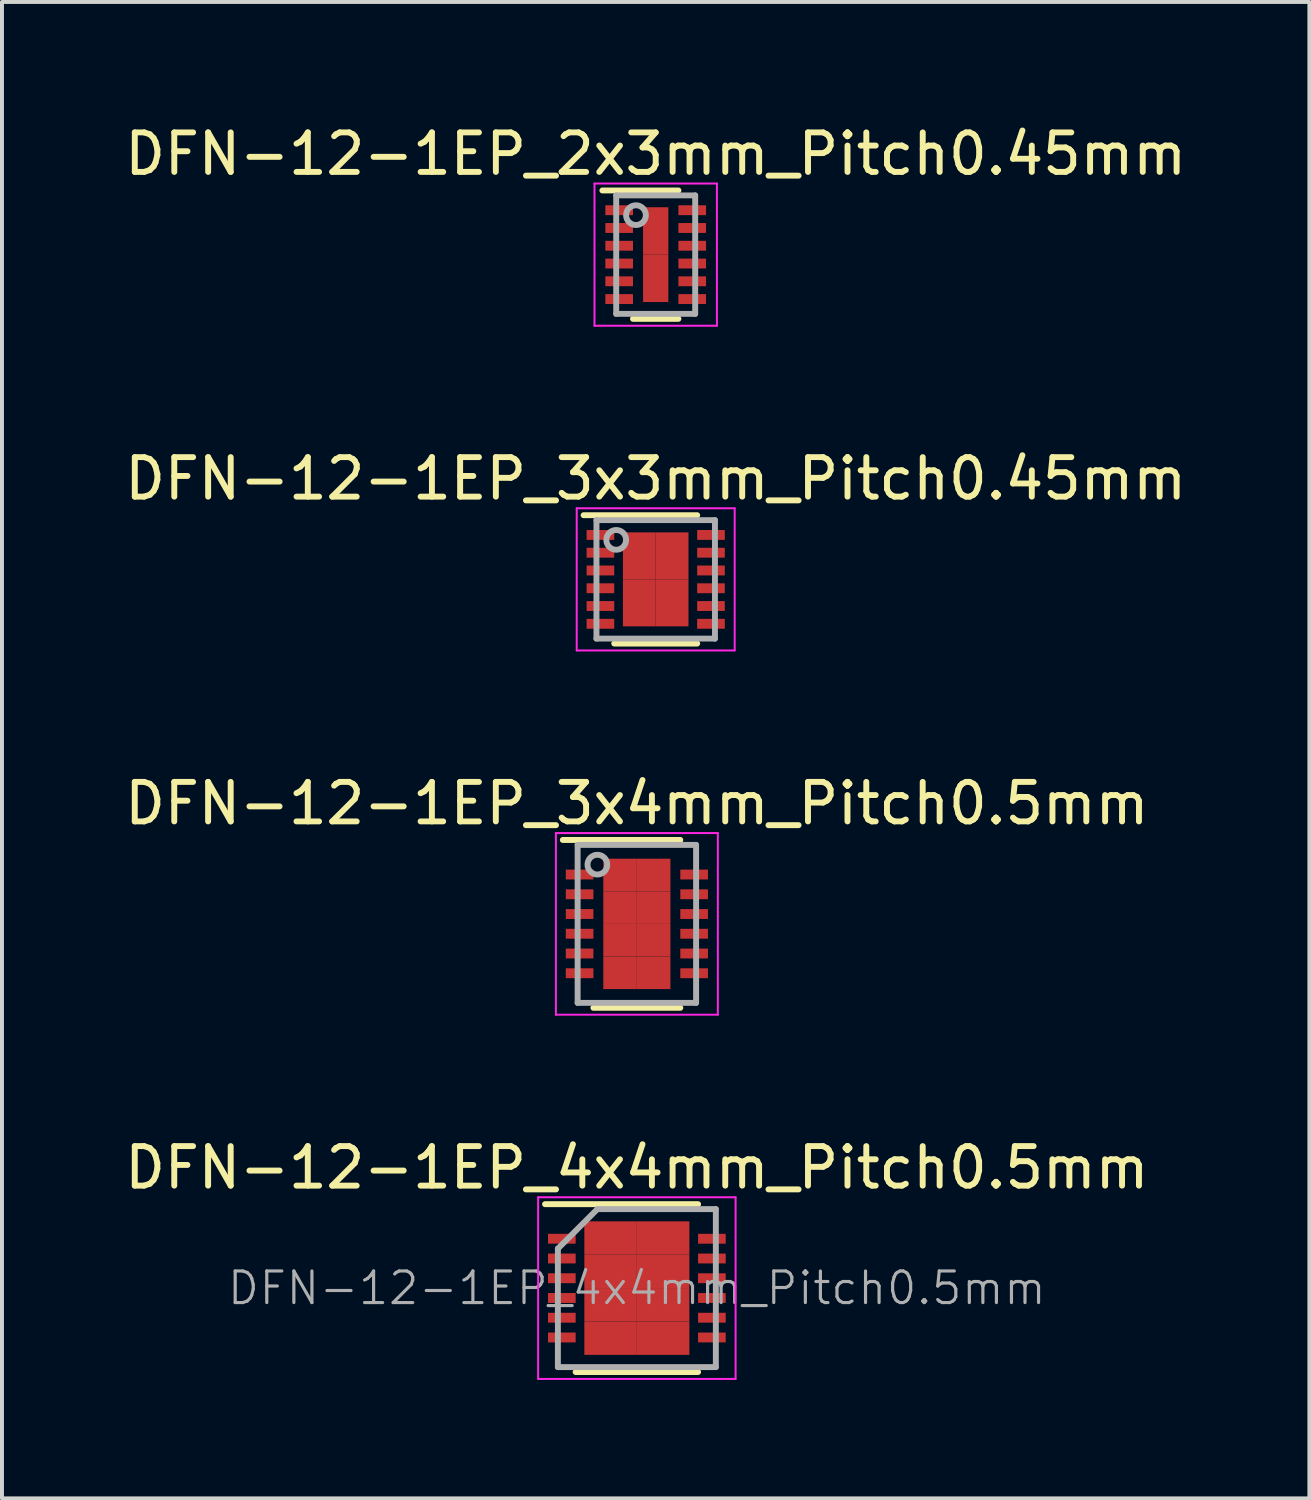
<source format=kicad_pcb>
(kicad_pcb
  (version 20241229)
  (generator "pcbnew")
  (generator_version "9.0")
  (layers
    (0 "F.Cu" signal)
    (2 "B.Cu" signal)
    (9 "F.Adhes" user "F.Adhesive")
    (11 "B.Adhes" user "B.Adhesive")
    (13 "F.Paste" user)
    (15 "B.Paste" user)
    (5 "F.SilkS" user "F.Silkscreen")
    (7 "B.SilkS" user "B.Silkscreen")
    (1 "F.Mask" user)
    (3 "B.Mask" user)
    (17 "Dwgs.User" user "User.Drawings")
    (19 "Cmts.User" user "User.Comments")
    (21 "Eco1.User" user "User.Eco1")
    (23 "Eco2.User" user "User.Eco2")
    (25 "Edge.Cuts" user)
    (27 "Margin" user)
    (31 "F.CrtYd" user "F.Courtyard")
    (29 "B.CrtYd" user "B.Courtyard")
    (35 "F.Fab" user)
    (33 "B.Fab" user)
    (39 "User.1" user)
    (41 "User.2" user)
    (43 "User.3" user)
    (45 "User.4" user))
  (footprint "DFN-12-1EP_3x3mm_Pitch0.45mm"
    (layer "F.Cu")
    (at 13.554 11.621)
    (property "Reference" "DFN-12-1EP_3x3mm_Pitch0.45mm" (at 0 -2.55 0) (layer "F.SilkS") (effects (font (size 1 1) (thickness 0.15))))
    (attr smd)
    (fp_line (start -1.825 -1.625) (end 1.05 -1.625) (stroke (width 0.15) (type solid)) (layer "F.SilkS"))
    (fp_line (start -1.05 1.625) (end 1.05 1.625) (stroke (width 0.15) (type solid)) (layer "F.SilkS"))
    (fp_line (start -2 -1.8) (end -2 1.8) (stroke (width 0.05) (type solid)) (layer "F.CrtYd"))
    (fp_line (start -2 -1.8) (end 2 -1.8) (stroke (width 0.05) (type solid)) (layer "F.CrtYd"))
    (fp_line (start -2 1.8) (end 2 1.8) (stroke (width 0.05) (type solid)) (layer "F.CrtYd"))
    (fp_line (start 2 -1.8) (end 2 1.8) (stroke (width 0.05) (type solid)) (layer "F.CrtYd"))
    (fp_line (start -1.5 -1.5) (end 1.5 -1.5) (stroke (width 0.15) (type solid)) (layer "F.Fab"))
    (fp_line (start -1.5 1.5) (end -1.5 -1.5) (stroke (width 0.15) (type solid)) (layer "F.Fab"))
    (fp_line (start 1.5 -1.5) (end 1.5 1.5) (stroke (width 0.15) (type solid)) (layer "F.Fab"))
    (fp_line (start 1.5 1.5) (end -1.5 1.5) (stroke (width 0.15) (type solid)) (layer "F.Fab"))
    (fp_circle (center -1 -1) (end -1.25 -1) (stroke (width 0.15) (type solid)) (fill no) (layer "F.Fab"))
    (pad "1" smd rect (at -1.4 -1.125) (size 0.7 0.25) (layers "F.Cu" "F.Mask" "F.Paste"))
    (pad "2" smd rect (at -1.4 -0.675) (size 0.7 0.25) (layers "F.Cu" "F.Mask" "F.Paste"))
    (pad "3" smd rect (at -1.4 -0.225) (size 0.7 0.25) (layers "F.Cu" "F.Mask" "F.Paste"))
    (pad "4" smd rect (at -1.4 0.225) (size 0.7 0.25) (layers "F.Cu" "F.Mask" "F.Paste"))
    (pad "5" smd rect (at -1.4 0.675) (size 0.7 0.25) (layers "F.Cu" "F.Mask" "F.Paste"))
    (pad "6" smd rect (at -1.4 1.125) (size 0.7 0.25) (layers "F.Cu" "F.Mask" "F.Paste"))
    (pad "7" smd rect (at 1.4 1.125) (size 0.7 0.25) (layers "F.Cu" "F.Mask" "F.Paste"))
    (pad "8" smd rect (at 1.4 0.675) (size 0.7 0.25) (layers "F.Cu" "F.Mask" "F.Paste"))
    (pad "9" smd rect (at 1.4 0.225) (size 0.7 0.25) (layers "F.Cu" "F.Mask" "F.Paste"))
    (pad "10" smd rect (at 1.4 -0.225) (size 0.7 0.25) (layers "F.Cu" "F.Mask" "F.Paste"))
    (pad "11" smd rect (at 1.4 -0.675) (size 0.7 0.25) (layers "F.Cu" "F.Mask" "F.Paste"))
    (pad "12" smd rect (at 1.4 -1.125) (size 0.7 0.25) (layers "F.Cu" "F.Mask" "F.Paste"))
    (pad "13" smd rect (at -0.415 -0.595) (size 0.83 1.19) (layers "F.Cu" "F.Mask" "F.Paste"))
    (pad "13" smd rect (at -0.415 0.595) (size 0.83 1.19) (layers "F.Cu" "F.Mask" "F.Paste"))
    (pad "13" smd rect (at 0.415 -0.595) (size 0.83 1.19) (layers "F.Cu" "F.Mask" "F.Paste"))
    (pad "13" smd rect (at 0.415 0.595) (size 0.83 1.19) (layers "F.Cu" "F.Mask" "F.Paste")))
  (footprint "DFN-12-1EP_3x4mm_Pitch0.5mm"
    (layer "F.Cu")
    (at 13.077 20.345)
    (property "Reference" "DFN-12-1EP_3x4mm_Pitch0.5mm" (at 0 -3.05 0) (layer "F.SilkS") (effects (font (size 1 1) (thickness 0.15))))
    (attr smd)
    (fp_line (start -1.875 -2.125) (end 1.1 -2.125) (stroke (width 0.15) (type solid)) (layer "F.SilkS"))
    (fp_line (start -1.1 2.125) (end 1.1 2.125) (stroke (width 0.15) (type solid)) (layer "F.SilkS"))
    (fp_line (start -2.05 -2.3) (end -2.05 2.3) (stroke (width 0.05) (type solid)) (layer "F.CrtYd"))
    (fp_line (start -2.05 -2.3) (end 2.05 -2.3) (stroke (width 0.05) (type solid)) (layer "F.CrtYd"))
    (fp_line (start -2.05 2.3) (end 2.05 2.3) (stroke (width 0.05) (type solid)) (layer "F.CrtYd"))
    (fp_line (start 2.05 -2.3) (end 2.05 2.3) (stroke (width 0.05) (type solid)) (layer "F.CrtYd"))
    (fp_line (start -1.5 -2) (end 1.5 -2) (stroke (width 0.15) (type solid)) (layer "F.Fab"))
    (fp_line (start -1.5 2) (end -1.5 -2) (stroke (width 0.15) (type solid)) (layer "F.Fab"))
    (fp_line (start 1.5 -2) (end 1.5 2) (stroke (width 0.15) (type solid)) (layer "F.Fab"))
    (fp_line (start 1.5 2) (end -1.5 2) (stroke (width 0.15) (type solid)) (layer "F.Fab"))
    (fp_circle (center -1 -1.5) (end -1.25 -1.5) (stroke (width 0.15) (type solid)) (fill no) (layer "F.Fab"))
    (pad "1" smd rect (at -1.45 -1.25) (size 0.7 0.25) (layers "F.Cu" "F.Mask" "F.Paste"))
    (pad "2" smd rect (at -1.45 -0.75) (size 0.7 0.25) (layers "F.Cu" "F.Mask" "F.Paste"))
    (pad "3" smd rect (at -1.45 -0.25) (size 0.7 0.25) (layers "F.Cu" "F.Mask" "F.Paste"))
    (pad "4" smd rect (at -1.45 0.25) (size 0.7 0.25) (layers "F.Cu" "F.Mask" "F.Paste"))
    (pad "5" smd rect (at -1.45 0.75) (size 0.7 0.25) (layers "F.Cu" "F.Mask" "F.Paste"))
    (pad "6" smd rect (at -1.45 1.25) (size 0.7 0.25) (layers "F.Cu" "F.Mask" "F.Paste"))
    (pad "7" smd rect (at 1.45 1.25) (size 0.7 0.25) (layers "F.Cu" "F.Mask" "F.Paste"))
    (pad "8" smd rect (at 1.45 0.75) (size 0.7 0.25) (layers "F.Cu" "F.Mask" "F.Paste"))
    (pad "9" smd rect (at 1.45 0.25) (size 0.7 0.25) (layers "F.Cu" "F.Mask" "F.Paste"))
    (pad "10" smd rect (at 1.45 -0.25) (size 0.7 0.25) (layers "F.Cu" "F.Mask" "F.Paste"))
    (pad "11" smd rect (at 1.45 -0.75) (size 0.7 0.25) (layers "F.Cu" "F.Mask" "F.Paste"))
    (pad "12" smd rect (at 1.45 -1.25) (size 0.7 0.25) (layers "F.Cu" "F.Mask" "F.Paste"))
    (pad "13" smd rect (at -0.425 -1.238) (size 0.85 0.825) (layers "F.Cu" "F.Mask" "F.Paste"))
    (pad "13" smd rect (at -0.425 -0.412) (size 0.85 0.825) (layers "F.Cu" "F.Mask" "F.Paste"))
    (pad "13" smd rect (at -0.425 0.412) (size 0.85 0.825) (layers "F.Cu" "F.Mask" "F.Paste"))
    (pad "13" smd rect (at -0.425 1.238) (size 0.85 0.825) (layers "F.Cu" "F.Mask" "F.Paste"))
    (pad "13" smd rect (at 0.425 -1.238) (size 0.85 0.825) (layers "F.Cu" "F.Mask" "F.Paste"))
    (pad "13" smd rect (at 0.425 -0.412) (size 0.85 0.825) (layers "F.Cu" "F.Mask" "F.Paste"))
    (pad "13" smd rect (at 0.425 0.412) (size 0.85 0.825) (layers "F.Cu" "F.Mask" "F.Paste"))
    (pad "13" smd rect (at 0.425 1.238) (size 0.85 0.825) (layers "F.Cu" "F.Mask" "F.Paste")))
  (footprint "DFN-12-1EP_4x4mm_Pitch0.5mm"
    (layer "F.Cu")
    (at 13.077 29.568)
    (property "Reference" "DFN-12-1EP_4x4mm_Pitch0.5mm" (at 0 -3.05 0) (layer "F.SilkS") (effects (font (size 1 1) (thickness 0.15))))
    (attr smd)
    (fp_line (start -2.325 -2.125) (end 1.55 -2.125) (stroke (width 0.15) (type solid)) (layer "F.SilkS"))
    (fp_line (start -1.55 2.125) (end 1.55 2.125) (stroke (width 0.15) (type solid)) (layer "F.SilkS"))
    (fp_line (start -2.5 -2.3) (end -2.5 2.3) (stroke (width 0.05) (type solid)) (layer "F.CrtYd"))
    (fp_line (start -2.5 -2.3) (end 2.5 -2.3) (stroke (width 0.05) (type solid)) (layer "F.CrtYd"))
    (fp_line (start -2.5 2.3) (end 2.5 2.3) (stroke (width 0.05) (type solid)) (layer "F.CrtYd"))
    (fp_line (start 2.5 -2.3) (end 2.5 2.3) (stroke (width 0.05) (type solid)) (layer "F.CrtYd"))
    (fp_line (start -2 -1) (end -1 -2) (stroke (width 0.15) (type solid)) (layer "F.Fab"))
    (fp_line (start -2 2) (end -2 -1) (stroke (width 0.15) (type solid)) (layer "F.Fab"))
    (fp_line (start -1 -2) (end 2 -2) (stroke (width 0.15) (type solid)) (layer "F.Fab"))
    (fp_line (start 2 -2) (end 2 2) (stroke (width 0.15) (type solid)) (layer "F.Fab"))
    (fp_line (start 2 2) (end -2 2) (stroke (width 0.15) (type solid)) (layer "F.Fab"))
    (fp_text user "${REFERENCE}" (at 0 0 0) (layer "F.Fab") (effects (font (size 0.8 0.8) (thickness 0.08))))
    (pad "1" smd rect (at -1.9 -1.25) (size 0.7 0.25) (layers "F.Cu" "F.Mask" "F.Paste"))
    (pad "2" smd rect (at -1.9 -0.75) (size 0.7 0.25) (layers "F.Cu" "F.Mask" "F.Paste"))
    (pad "3" smd rect (at -1.9 -0.25) (size 0.7 0.25) (layers "F.Cu" "F.Mask" "F.Paste"))
    (pad "4" smd rect (at -1.9 0.25) (size 0.7 0.25) (layers "F.Cu" "F.Mask" "F.Paste"))
    (pad "5" smd rect (at -1.9 0.75) (size 0.7 0.25) (layers "F.Cu" "F.Mask" "F.Paste"))
    (pad "6" smd rect (at -1.9 1.25) (size 0.7 0.25) (layers "F.Cu" "F.Mask" "F.Paste"))
    (pad "7" smd rect (at 1.9 1.25) (size 0.7 0.25) (layers "F.Cu" "F.Mask" "F.Paste"))
    (pad "8" smd rect (at 1.9 0.75) (size 0.7 0.25) (layers "F.Cu" "F.Mask" "F.Paste"))
    (pad "9" smd rect (at 1.9 0.25) (size 0.7 0.25) (layers "F.Cu" "F.Mask" "F.Paste"))
    (pad "10" smd rect (at 1.9 -0.25) (size 0.7 0.25) (layers "F.Cu" "F.Mask" "F.Paste"))
    (pad "11" smd rect (at 1.9 -0.75) (size 0.7 0.25) (layers "F.Cu" "F.Mask" "F.Paste"))
    (pad "12" smd rect (at 1.9 -1.25) (size 0.7 0.25) (layers "F.Cu" "F.Mask" "F.Paste"))
    (pad "13" smd rect (at -0.665 -1.268) (size 1.33 0.845) (layers "F.Cu" "F.Mask" "F.Paste"))
    (pad "13" smd rect (at -0.665 -0.422) (size 1.33 0.845) (layers "F.Cu" "F.Mask" "F.Paste"))
    (pad "13" smd rect (at -0.665 0.422) (size 1.33 0.845) (layers "F.Cu" "F.Mask" "F.Paste"))
    (pad "13" smd rect (at -0.665 1.268) (size 1.33 0.845) (layers "F.Cu" "F.Mask" "F.Paste"))
    (pad "13" smd rect (at 0.665 -1.268) (size 1.33 0.845) (layers "F.Cu" "F.Mask" "F.Paste"))
    (pad "13" smd rect (at 0.665 -0.422) (size 1.33 0.845) (layers "F.Cu" "F.Mask" "F.Paste"))
    (pad "13" smd rect (at 0.665 0.422) (size 1.33 0.845) (layers "F.Cu" "F.Mask" "F.Paste"))
    (pad "13" smd rect (at 0.665 1.268) (size 1.33 0.845) (layers "F.Cu" "F.Mask" "F.Paste")))
  (footprint "DFN-12-1EP_2x3mm_Pitch0.45mm"
    (layer "F.Cu")
    (at 13.554 3.398)
    (property "Reference" "DFN-12-1EP_2x3mm_Pitch0.45mm" (at 0 -2.55 0) (layer "F.SilkS") (effects (font (size 1 1) (thickness 0.15))))
    (attr smd)
    (fp_line (start -1.35 -1.625) (end 0.575 -1.625) (stroke (width 0.15) (type solid)) (layer "F.SilkS"))
    (fp_line (start -0.575 1.625) (end 0.575 1.625) (stroke (width 0.15) (type solid)) (layer "F.SilkS"))
    (fp_line (start -1.55 -1.8) (end -1.55 1.8) (stroke (width 0.05) (type solid)) (layer "F.CrtYd"))
    (fp_line (start -1.55 -1.8) (end 1.55 -1.8) (stroke (width 0.05) (type solid)) (layer "F.CrtYd"))
    (fp_line (start -1.55 1.8) (end 1.55 1.8) (stroke (width 0.05) (type solid)) (layer "F.CrtYd"))
    (fp_line (start 1.55 -1.8) (end 1.55 1.8) (stroke (width 0.05) (type solid)) (layer "F.CrtYd"))
    (fp_line (start -1 -1.5) (end 1 -1.5) (stroke (width 0.15) (type solid)) (layer "F.Fab"))
    (fp_line (start -1 1.5) (end -1 -1.5) (stroke (width 0.15) (type solid)) (layer "F.Fab"))
    (fp_line (start 1 -1.5) (end 1 1.5) (stroke (width 0.15) (type solid)) (layer "F.Fab"))
    (fp_line (start 1 1.5) (end -1 1.5) (stroke (width 0.15) (type solid)) (layer "F.Fab"))
    (fp_circle (center -0.5 -1) (end -0.75 -1) (stroke (width 0.15) (type solid)) (fill no) (layer "F.Fab"))
    (pad "1" smd rect (at -0.925 -1.125) (size 0.7 0.25) (layers "F.Cu" "F.Mask" "F.Paste"))
    (pad "2" smd rect (at -0.925 -0.675) (size 0.7 0.25) (layers "F.Cu" "F.Mask" "F.Paste"))
    (pad "3" smd rect (at -0.925 -0.225) (size 0.7 0.25) (layers "F.Cu" "F.Mask" "F.Paste"))
    (pad "4" smd rect (at -0.925 0.225) (size 0.7 0.25) (layers "F.Cu" "F.Mask" "F.Paste"))
    (pad "5" smd rect (at -0.925 0.675) (size 0.7 0.25) (layers "F.Cu" "F.Mask" "F.Paste"))
    (pad "6" smd rect (at -0.925 1.125) (size 0.7 0.25) (layers "F.Cu" "F.Mask" "F.Paste"))
    (pad "7" smd rect (at 0.925 1.125) (size 0.7 0.25) (layers "F.Cu" "F.Mask" "F.Paste"))
    (pad "8" smd rect (at 0.925 0.675) (size 0.7 0.25) (layers "F.Cu" "F.Mask" "F.Paste"))
    (pad "9" smd rect (at 0.925 0.225) (size 0.7 0.25) (layers "F.Cu" "F.Mask" "F.Paste"))
    (pad "10" smd rect (at 0.925 -0.225) (size 0.7 0.25) (layers "F.Cu" "F.Mask" "F.Paste"))
    (pad "11" smd rect (at 0.925 -0.675) (size 0.7 0.25) (layers "F.Cu" "F.Mask" "F.Paste"))
    (pad "12" smd rect (at 0.925 -1.125) (size 0.7 0.25) (layers "F.Cu" "F.Mask" "F.Paste"))
    (pad "13" smd rect (at 0 -0.6) (size 0.64 1.2) (layers "F.Cu" "F.Mask" "F.Paste"))
    (pad "13" smd rect (at 0 0.6) (size 0.64 1.2) (layers "F.Cu" "F.Mask" "F.Paste")))
  (gr_rect
    (start -3 -3)
    (end 30.107 34.893)
    (stroke (width 0.1) (type default))
    (fill no)
    (layer "Edge.Cuts")))
</source>
